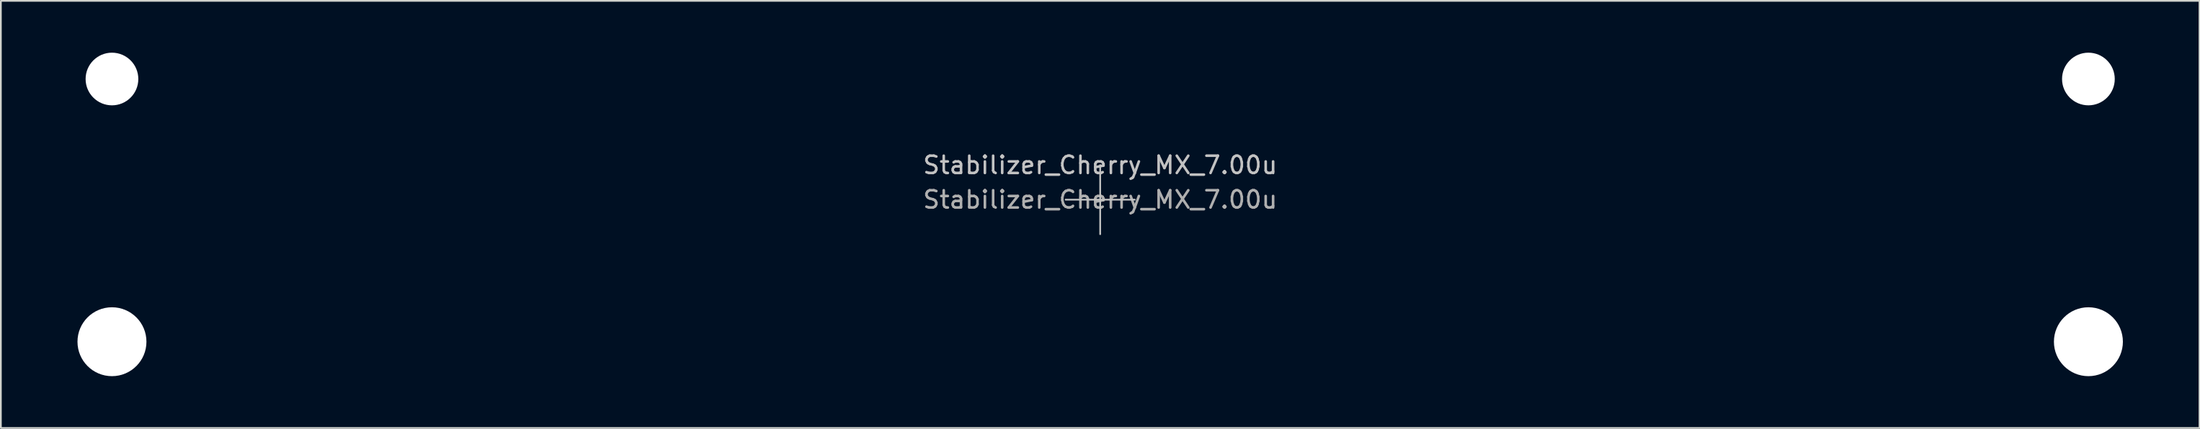
<source format=kicad_pcb>
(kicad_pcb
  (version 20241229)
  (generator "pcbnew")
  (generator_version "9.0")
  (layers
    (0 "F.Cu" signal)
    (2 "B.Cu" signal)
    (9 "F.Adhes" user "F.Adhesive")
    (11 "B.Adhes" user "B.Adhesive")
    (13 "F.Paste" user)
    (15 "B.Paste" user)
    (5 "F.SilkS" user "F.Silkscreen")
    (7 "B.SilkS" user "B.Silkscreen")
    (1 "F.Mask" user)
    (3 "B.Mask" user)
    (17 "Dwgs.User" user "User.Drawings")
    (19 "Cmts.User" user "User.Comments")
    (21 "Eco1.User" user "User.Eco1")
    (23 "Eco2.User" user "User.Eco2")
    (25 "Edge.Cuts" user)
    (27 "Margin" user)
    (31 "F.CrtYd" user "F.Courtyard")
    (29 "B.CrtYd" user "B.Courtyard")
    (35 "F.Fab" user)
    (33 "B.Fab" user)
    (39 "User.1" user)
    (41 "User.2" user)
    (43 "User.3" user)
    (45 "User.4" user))
  (footprint "Stabilizer_Cherry_MX_7.00u"
    (layer "F.Cu")
    (at 60.575 8.509)
    (property "Reference" "Stabilizer_Cherry_MX_7.00u" (at 0 -2 0) (layer "Dwgs.User") (effects (font (size 1 1) (thickness 0.15))))
    (attr exclude_from_pos_files exclude_from_bom)
    (fp_line (start -2 0) (end 2 0) (stroke (width 0.1) (type solid)) (layer "Dwgs.User"))
    (fp_line (start 0 2) (end 0 -2) (stroke (width 0.1) (type solid)) (layer "Dwgs.User"))
    (fp_line (start -60.525 -5.53) (end -60.525 6.77) (stroke (width 0.1) (type solid)) (layer "Eco1.User"))
    (fp_line (start -60.525 6.77) (end -53.775 6.77) (stroke (width 0.1) (type solid)) (layer "Eco1.User"))
    (fp_line (start -53.775 -5.53) (end -60.525 -5.53) (stroke (width 0.1) (type solid)) (layer "Eco1.User"))
    (fp_line (start -53.775 6.77) (end -53.775 -5.53) (stroke (width 0.1) (type solid)) (layer "Eco1.User"))
    (fp_line (start 53.775 -5.53) (end 53.775 6.77) (stroke (width 0.1) (type solid)) (layer "Eco1.User"))
    (fp_line (start 53.775 6.77) (end 60.525 6.77) (stroke (width 0.1) (type solid)) (layer "Eco1.User"))
    (fp_line (start 60.525 -5.53) (end 53.775 -5.53) (stroke (width 0.1) (type solid)) (layer "Eco1.User"))
    (fp_line (start 60.525 6.77) (end 60.525 -5.53) (stroke (width 0.1) (type solid)) (layer "Eco1.User"))
    (fp_text user "${REFERENCE}" (at 0 0 0) (layer "F.Fab") (effects (font (size 1 1) (thickness 0.15))))
    (pad "" np_thru_hole circle (at -57.15 -6.985) (size 3.048 3.048) (drill 3.048) (layers "*.Cu" "*.Mask"))
    (pad "" np_thru_hole circle (at -57.15 8.225) (size 3.988 3.988) (drill 3.988) (layers "*.Cu" "*.Mask"))
    (pad "" np_thru_hole circle (at 57.15 -6.985) (size 3.048 3.048) (drill 3.048) (layers "*.Cu" "*.Mask"))
    (pad "" np_thru_hole circle (at 57.15 8.225) (size 3.988 3.988) (drill 3.988) (layers "*.Cu" "*.Mask")))
  (gr_rect
    (start -3 -3)
    (end 124.15 21.728)
    (stroke (width 0.1) (type default))
    (fill no)
    (layer "Edge.Cuts")))
</source>
